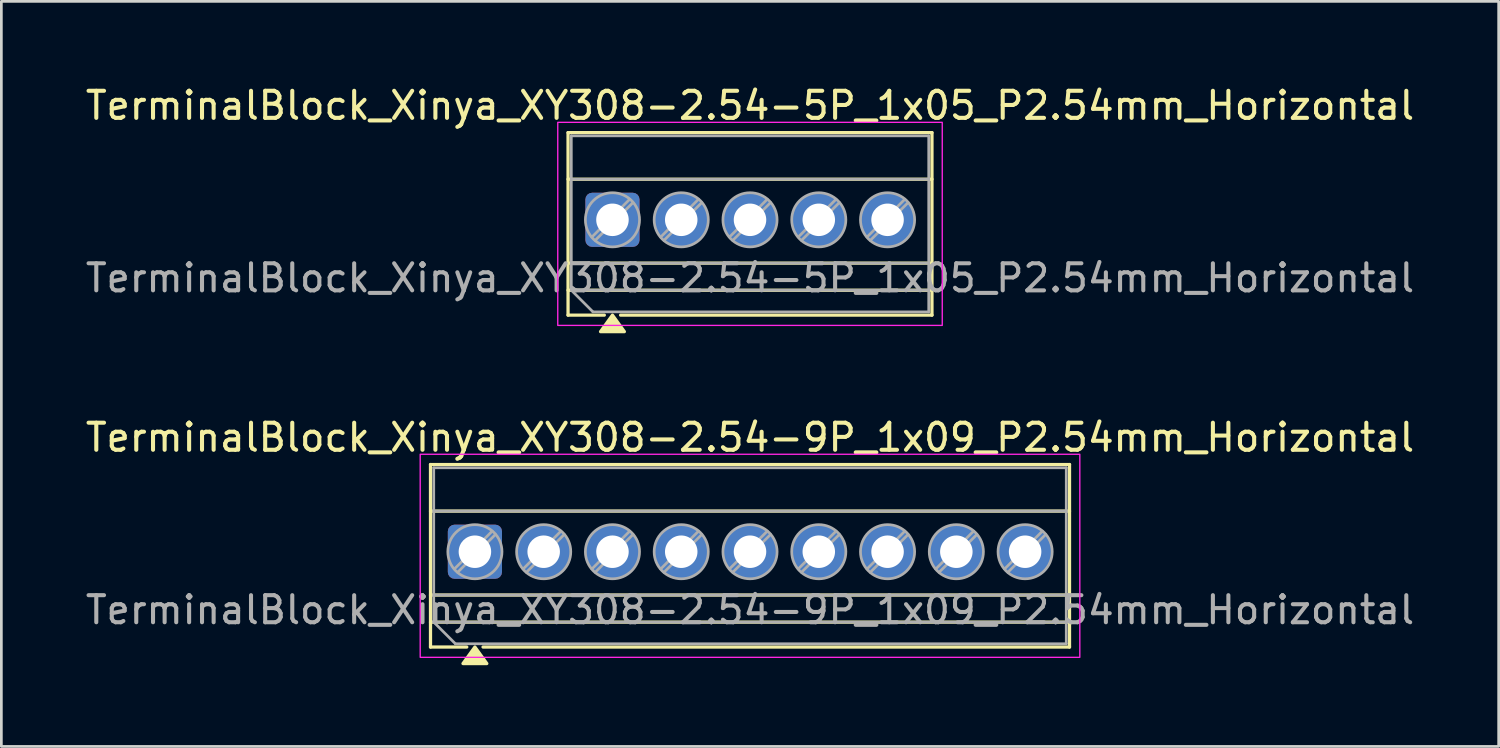
<source format=kicad_pcb>
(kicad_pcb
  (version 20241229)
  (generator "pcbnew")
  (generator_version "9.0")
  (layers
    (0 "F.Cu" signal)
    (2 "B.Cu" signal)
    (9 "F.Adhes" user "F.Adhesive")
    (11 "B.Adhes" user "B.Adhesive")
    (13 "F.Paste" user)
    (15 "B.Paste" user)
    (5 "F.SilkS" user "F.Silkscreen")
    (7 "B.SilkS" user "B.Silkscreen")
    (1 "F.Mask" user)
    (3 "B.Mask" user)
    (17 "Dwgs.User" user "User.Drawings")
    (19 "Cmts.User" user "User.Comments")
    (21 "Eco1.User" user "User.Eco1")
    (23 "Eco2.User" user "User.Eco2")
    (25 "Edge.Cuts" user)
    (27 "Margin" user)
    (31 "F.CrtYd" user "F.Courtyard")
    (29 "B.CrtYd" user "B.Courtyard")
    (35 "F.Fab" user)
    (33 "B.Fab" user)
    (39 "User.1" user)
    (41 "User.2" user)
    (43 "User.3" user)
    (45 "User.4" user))
  (footprint "TerminalBlock_Xinya_XY308-2.54-9P_1x09_P2.54mm_Horizontal"
    (layer "F.Cu")
    (at 14.489 17.326)
    (property "Reference" "TerminalBlock_Xinya_XY308-2.54-9P_1x09_P2.54mm_Horizontal" (at 10.16 -4.22 0) (layer "F.SilkS") (effects (font (size 1 1) (thickness 0.15))))
    (attr through_hole)
    (fp_line (start -1.64 -3.22) (end 21.96 -3.22) (stroke (width 0.12) (type solid)) (layer "F.SilkS"))
    (fp_line (start -1.64 -1.5) (end 21.96 -1.5) (stroke (width 0.12) (type solid)) (layer "F.SilkS"))
    (fp_line (start -1.64 1.6) (end 21.96 1.6) (stroke (width 0.12) (type solid)) (layer "F.SilkS"))
    (fp_line (start -1.64 2.6) (end 21.96 2.6) (stroke (width 0.12) (type solid)) (layer "F.SilkS"))
    (fp_line (start -1.64 3.52) (end -1.64 -3.22) (stroke (width 0.12) (type solid)) (layer "F.SilkS"))
    (fp_line (start -0.3 3.52) (end -1.64 3.52) (stroke (width 0.12) (type solid)) (layer "F.SilkS"))
    (fp_line (start 21.96 -3.22) (end 21.96 3.52) (stroke (width 0.12) (type solid)) (layer "F.SilkS"))
    (fp_line (start 21.96 3.52) (end 0.3 3.52) (stroke (width 0.12) (type solid)) (layer "F.SilkS"))
    (fp_poly (pts (xy 0 3.52) (xy 0.44 4.13) (xy -0.44 4.13)) (stroke (width 0.12) (type solid)) (fill yes) (layer "F.SilkS"))
    (fp_rect (start -2.02 -3.6) (end 22.34 3.9) (stroke (width 0.05) (type solid)) (fill no) (layer "F.CrtYd"))
    (fp_line (start -1.52 -3.1) (end 21.84 -3.1) (stroke (width 0.1) (type solid)) (layer "F.Fab"))
    (fp_line (start -1.52 -1.5) (end 21.84 -1.5) (stroke (width 0.1) (type solid)) (layer "F.Fab"))
    (fp_line (start -1.52 1.6) (end 21.84 1.6) (stroke (width 0.1) (type solid)) (layer "F.Fab"))
    (fp_line (start -1.52 2.6) (end -1.52 -3.1) (stroke (width 0.1) (type solid)) (layer "F.Fab"))
    (fp_line (start -1.52 2.6) (end 21.84 2.6) (stroke (width 0.1) (type solid)) (layer "F.Fab"))
    (fp_line (start -0.72 3.4) (end -1.52 2.6) (stroke (width 0.1) (type solid)) (layer "F.Fab"))
    (fp_line (start 0.636 -0.758) (end -0.758 0.636) (stroke (width 0.1) (type solid)) (layer "F.Fab"))
    (fp_line (start 0.758 -0.636) (end -0.636 0.758) (stroke (width 0.1) (type solid)) (layer "F.Fab"))
    (fp_line (start 3.176 -0.758) (end 1.782 0.636) (stroke (width 0.1) (type solid)) (layer "F.Fab"))
    (fp_line (start 3.298 -0.636) (end 1.904 0.758) (stroke (width 0.1) (type solid)) (layer "F.Fab"))
    (fp_line (start 5.716 -0.758) (end 4.322 0.636) (stroke (width 0.1) (type solid)) (layer "F.Fab"))
    (fp_line (start 5.838 -0.636) (end 4.444 0.758) (stroke (width 0.1) (type solid)) (layer "F.Fab"))
    (fp_line (start 8.256 -0.758) (end 6.862 0.636) (stroke (width 0.1) (type solid)) (layer "F.Fab"))
    (fp_line (start 8.378 -0.636) (end 6.984 0.758) (stroke (width 0.1) (type solid)) (layer "F.Fab"))
    (fp_line (start 10.796 -0.758) (end 9.402 0.636) (stroke (width 0.1) (type solid)) (layer "F.Fab"))
    (fp_line (start 10.918 -0.636) (end 9.524 0.758) (stroke (width 0.1) (type solid)) (layer "F.Fab"))
    (fp_line (start 13.336 -0.758) (end 11.942 0.636) (stroke (width 0.1) (type solid)) (layer "F.Fab"))
    (fp_line (start 13.458 -0.636) (end 12.064 0.758) (stroke (width 0.1) (type solid)) (layer "F.Fab"))
    (fp_line (start 15.876 -0.758) (end 14.482 0.636) (stroke (width 0.1) (type solid)) (layer "F.Fab"))
    (fp_line (start 15.998 -0.636) (end 14.604 0.758) (stroke (width 0.1) (type solid)) (layer "F.Fab"))
    (fp_line (start 18.416 -0.758) (end 17.022 0.636) (stroke (width 0.1) (type solid)) (layer "F.Fab"))
    (fp_line (start 18.538 -0.636) (end 17.144 0.758) (stroke (width 0.1) (type solid)) (layer "F.Fab"))
    (fp_line (start 20.956 -0.758) (end 19.562 0.636) (stroke (width 0.1) (type solid)) (layer "F.Fab"))
    (fp_line (start 21.078 -0.636) (end 19.684 0.758) (stroke (width 0.1) (type solid)) (layer "F.Fab"))
    (fp_line (start 21.84 -3.1) (end 21.84 3.4) (stroke (width 0.1) (type solid)) (layer "F.Fab"))
    (fp_line (start 21.84 3.4) (end -0.72 3.4) (stroke (width 0.1) (type solid)) (layer "F.Fab"))
    (fp_circle (center 0 0) (end 1 0) (stroke (width 0.1) (type solid)) (fill no) (layer "F.Fab"))
    (fp_circle (center 2.54 0) (end 3.54 0) (stroke (width 0.1) (type solid)) (fill no) (layer "F.Fab"))
    (fp_circle (center 5.08 0) (end 6.08 0) (stroke (width 0.1) (type solid)) (fill no) (layer "F.Fab"))
    (fp_circle (center 7.62 0) (end 8.62 0) (stroke (width 0.1) (type solid)) (fill no) (layer "F.Fab"))
    (fp_circle (center 10.16 0) (end 11.16 0) (stroke (width 0.1) (type solid)) (fill no) (layer "F.Fab"))
    (fp_circle (center 12.7 0) (end 13.7 0) (stroke (width 0.1) (type solid)) (fill no) (layer "F.Fab"))
    (fp_circle (center 15.24 0) (end 16.24 0) (stroke (width 0.1) (type solid)) (fill no) (layer "F.Fab"))
    (fp_circle (center 17.78 0) (end 18.78 0) (stroke (width 0.1) (type solid)) (fill no) (layer "F.Fab"))
    (fp_circle (center 20.32 0) (end 21.32 0) (stroke (width 0.1) (type solid)) (fill no) (layer "F.Fab"))
    (fp_text user "${REFERENCE}" (at 10.16 2.15 0) (layer "F.Fab") (effects (font (size 1 1) (thickness 0.15))))
    (pad "1" thru_hole roundrect (at 0 0) (size 2 2) (drill 1.2) (layers "*.Cu" "*.Mask") (roundrect_rratio 0.125))
    (pad "2" thru_hole circle (at 2.54 0) (size 2 2) (drill 1.2) (layers "*.Cu" "*.Mask"))
    (pad "3" thru_hole circle (at 5.08 0) (size 2 2) (drill 1.2) (layers "*.Cu" "*.Mask"))
    (pad "4" thru_hole circle (at 7.62 0) (size 2 2) (drill 1.2) (layers "*.Cu" "*.Mask"))
    (pad "5" thru_hole circle (at 10.16 0) (size 2 2) (drill 1.2) (layers "*.Cu" "*.Mask"))
    (pad "6" thru_hole circle (at 12.7 0) (size 2 2) (drill 1.2) (layers "*.Cu" "*.Mask"))
    (pad "7" thru_hole circle (at 15.24 0) (size 2 2) (drill 1.2) (layers "*.Cu" "*.Mask"))
    (pad "8" thru_hole circle (at 17.78 0) (size 2 2) (drill 1.2) (layers "*.Cu" "*.Mask"))
    (pad "9" thru_hole circle (at 20.32 0) (size 2 2) (drill 1.2) (layers "*.Cu" "*.Mask")))
  (footprint "TerminalBlock_Xinya_XY308-2.54-5P_1x05_P2.54mm_Horizontal"
    (layer "F.Cu")
    (at 19.569 5.068)
    (property "Reference" "TerminalBlock_Xinya_XY308-2.54-5P_1x05_P2.54mm_Horizontal" (at 5.08 -4.22 0) (layer "F.SilkS") (effects (font (size 1 1) (thickness 0.15))))
    (attr through_hole)
    (fp_line (start -1.64 -3.22) (end 11.8 -3.22) (stroke (width 0.12) (type solid)) (layer "F.SilkS"))
    (fp_line (start -1.64 -1.5) (end 11.8 -1.5) (stroke (width 0.12) (type solid)) (layer "F.SilkS"))
    (fp_line (start -1.64 1.6) (end 11.8 1.6) (stroke (width 0.12) (type solid)) (layer "F.SilkS"))
    (fp_line (start -1.64 2.6) (end 11.8 2.6) (stroke (width 0.12) (type solid)) (layer "F.SilkS"))
    (fp_line (start -1.64 3.52) (end -1.64 -3.22) (stroke (width 0.12) (type solid)) (layer "F.SilkS"))
    (fp_line (start -0.3 3.52) (end -1.64 3.52) (stroke (width 0.12) (type solid)) (layer "F.SilkS"))
    (fp_line (start 11.8 -3.22) (end 11.8 3.52) (stroke (width 0.12) (type solid)) (layer "F.SilkS"))
    (fp_line (start 11.8 3.52) (end 0.3 3.52) (stroke (width 0.12) (type solid)) (layer "F.SilkS"))
    (fp_poly (pts (xy 0 3.52) (xy 0.44 4.13) (xy -0.44 4.13)) (stroke (width 0.12) (type solid)) (fill yes) (layer "F.SilkS"))
    (fp_rect (start -2.02 -3.6) (end 12.18 3.9) (stroke (width 0.05) (type solid)) (fill no) (layer "F.CrtYd"))
    (fp_line (start -1.52 -3.1) (end 11.68 -3.1) (stroke (width 0.1) (type solid)) (layer "F.Fab"))
    (fp_line (start -1.52 -1.5) (end 11.68 -1.5) (stroke (width 0.1) (type solid)) (layer "F.Fab"))
    (fp_line (start -1.52 1.6) (end 11.68 1.6) (stroke (width 0.1) (type solid)) (layer "F.Fab"))
    (fp_line (start -1.52 2.6) (end -1.52 -3.1) (stroke (width 0.1) (type solid)) (layer "F.Fab"))
    (fp_line (start -1.52 2.6) (end 11.68 2.6) (stroke (width 0.1) (type solid)) (layer "F.Fab"))
    (fp_line (start -0.72 3.4) (end -1.52 2.6) (stroke (width 0.1) (type solid)) (layer "F.Fab"))
    (fp_line (start 0.636 -0.758) (end -0.758 0.636) (stroke (width 0.1) (type solid)) (layer "F.Fab"))
    (fp_line (start 0.758 -0.636) (end -0.636 0.758) (stroke (width 0.1) (type solid)) (layer "F.Fab"))
    (fp_line (start 3.176 -0.758) (end 1.782 0.636) (stroke (width 0.1) (type solid)) (layer "F.Fab"))
    (fp_line (start 3.298 -0.636) (end 1.904 0.758) (stroke (width 0.1) (type solid)) (layer "F.Fab"))
    (fp_line (start 5.716 -0.758) (end 4.322 0.636) (stroke (width 0.1) (type solid)) (layer "F.Fab"))
    (fp_line (start 5.838 -0.636) (end 4.444 0.758) (stroke (width 0.1) (type solid)) (layer "F.Fab"))
    (fp_line (start 8.256 -0.758) (end 6.862 0.636) (stroke (width 0.1) (type solid)) (layer "F.Fab"))
    (fp_line (start 8.378 -0.636) (end 6.984 0.758) (stroke (width 0.1) (type solid)) (layer "F.Fab"))
    (fp_line (start 10.796 -0.758) (end 9.402 0.636) (stroke (width 0.1) (type solid)) (layer "F.Fab"))
    (fp_line (start 10.918 -0.636) (end 9.524 0.758) (stroke (width 0.1) (type solid)) (layer "F.Fab"))
    (fp_line (start 11.68 -3.1) (end 11.68 3.4) (stroke (width 0.1) (type solid)) (layer "F.Fab"))
    (fp_line (start 11.68 3.4) (end -0.72 3.4) (stroke (width 0.1) (type solid)) (layer "F.Fab"))
    (fp_circle (center 0 0) (end 1 0) (stroke (width 0.1) (type solid)) (fill no) (layer "F.Fab"))
    (fp_circle (center 2.54 0) (end 3.54 0) (stroke (width 0.1) (type solid)) (fill no) (layer "F.Fab"))
    (fp_circle (center 5.08 0) (end 6.08 0) (stroke (width 0.1) (type solid)) (fill no) (layer "F.Fab"))
    (fp_circle (center 7.62 0) (end 8.62 0) (stroke (width 0.1) (type solid)) (fill no) (layer "F.Fab"))
    (fp_circle (center 10.16 0) (end 11.16 0) (stroke (width 0.1) (type solid)) (fill no) (layer "F.Fab"))
    (fp_text user "${REFERENCE}" (at 5.08 2.15 0) (layer "F.Fab") (effects (font (size 1 1) (thickness 0.15))))
    (pad "1" thru_hole roundrect (at 0 0) (size 2 2) (drill 1.2) (layers "*.Cu" "*.Mask") (roundrect_rratio 0.125))
    (pad "2" thru_hole circle (at 2.54 0) (size 2 2) (drill 1.2) (layers "*.Cu" "*.Mask"))
    (pad "3" thru_hole circle (at 5.08 0) (size 2 2) (drill 1.2) (layers "*.Cu" "*.Mask"))
    (pad "4" thru_hole circle (at 7.62 0) (size 2 2) (drill 1.2) (layers "*.Cu" "*.Mask"))
    (pad "5" thru_hole circle (at 10.16 0) (size 2 2) (drill 1.2) (layers "*.Cu" "*.Mask")))
  (gr_rect
    (start -3 -3)
    (end 52.298 24.517)
    (stroke (width 0.1) (type default))
    (fill no)
    (layer "Edge.Cuts")))
</source>
